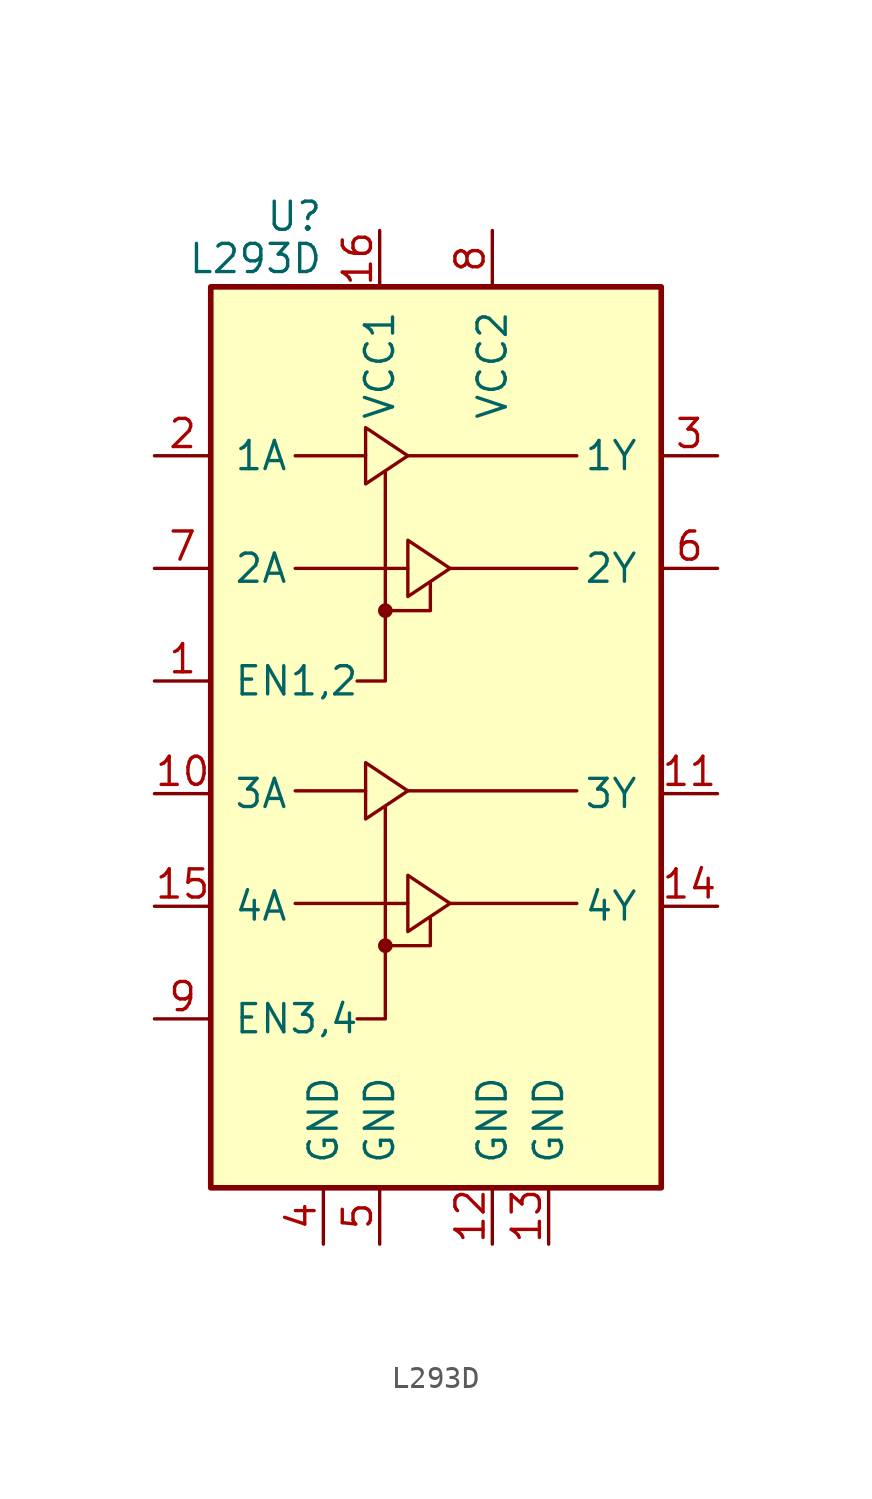
<source format=kicad_sym>
(kicad_symbol_lib
  (version 20231120)
  (generator "kicad_symbol_editor")
  (generator_version "8.0")
  (symbol "L293D"
    (pin_names
      (offset 1.016))
    (property "Reference" "U"
      (at -5.08 26.035 0)
      (effects (font (size 1.27 1.27)) (justify right)))
    (property "Value" "L293D"
      (at -5.08 24.13 0)
      (effects (font (size 1.27 1.27)) (justify right)))
    (symbol "L293D_0_1"
      (rectangle (start -10.16 22.86) (end 10.16 -17.78) (stroke (width 0.254) (type default)) (fill (type background)))
      (circle (center -2.286 -6.858) (radius 0.254) (stroke (width 0) (type default)) (fill (type outline)))
      (circle (center -2.286 8.255) (radius 0.254) (stroke (width 0) (type default)) (fill (type outline)))
      (polyline (pts (xy -6.35 -4.953) (xy -1.27 -4.953)) (stroke (width 0) (type default)) (fill (type none)))
      (polyline (pts (xy -6.35 0.127) (xy -3.175 0.127)) (stroke (width 0) (type default)) (fill (type none)))
      (polyline (pts (xy -6.35 10.16) (xy -1.27 10.16)) (stroke (width 0) (type default)) (fill (type none)))
      (polyline (pts (xy -6.35 15.24) (xy -3.175 15.24)) (stroke (width 0) (type default)) (fill (type none)))
      (polyline (pts (xy -1.27 0.127) (xy 6.35 0.127)) (stroke (width 0) (type default)) (fill (type none)))
      (polyline (pts (xy -1.27 15.24) (xy 6.35 15.24)) (stroke (width 0) (type default)) (fill (type none)))
      (polyline (pts (xy 0.635 -4.953) (xy 6.35 -4.953)) (stroke (width 0) (type default)) (fill (type none)))
      (polyline (pts (xy 0.635 10.16) (xy 6.35 10.16)) (stroke (width 0) (type default)) (fill (type none)))
      (polyline (pts (xy -2.286 -6.858) (xy -0.254 -6.858) (xy -0.254 -5.588)) (stroke (width 0) (type default)) (fill (type none)))
      (polyline (pts (xy -2.286 -0.635) (xy -2.286 -10.16) (xy -3.556 -10.16)) (stroke (width 0) (type default)) (fill (type none)))
      (polyline (pts (xy -2.286 8.255) (xy -0.254 8.255) (xy -0.254 9.525)) (stroke (width 0) (type default)) (fill (type none)))
      (polyline (pts (xy -2.286 14.478) (xy -2.286 5.08) (xy -3.556 5.08)) (stroke (width 0) (type default)) (fill (type none)))
      (polyline (pts (xy -3.175 1.397) (xy -3.175 -1.143) (xy -1.27 0.127) (xy -3.175 1.397)) (stroke (width 0) (type default)) (fill (type none)))
      (polyline (pts (xy -3.175 16.51) (xy -3.175 13.97) (xy -1.27 15.24) (xy -3.175 16.51)) (stroke (width 0) (type default)) (fill (type none)))
      (polyline (pts (xy -1.27 -3.683) (xy -1.27 -6.223) (xy 0.635 -4.953) (xy -1.27 -3.683)) (stroke (width 0) (type default)) (fill (type none)))
      (polyline (pts (xy -1.27 11.43) (xy -1.27 8.89) (xy 0.635 10.16) (xy -1.27 11.43)) (stroke (width 0) (type default)) (fill (type none))))
    (symbol "L293D_1_1"
      (pin input line (at -12.7 5.08 0) (length 2.54) (name "EN1,2" (effects (font (size 1.27 1.27)))) (number "1" (effects (font (size 1.27 1.27)))))
      (pin input line (at -12.7 0 0) (length 2.54) (name "3A" (effects (font (size 1.27 1.27)))) (number "10" (effects (font (size 1.27 1.27)))))
      (pin output line (at 12.7 0 180) (length 2.54) (name "3Y" (effects (font (size 1.27 1.27)))) (number "11" (effects (font (size 1.27 1.27)))))
      (pin power_in line (at 2.54 -20.32 90) (length 2.54) (name "GND" (effects (font (size 1.27 1.27)))) (number "12" (effects (font (size 1.27 1.27)))))
      (pin power_in line (at 5.08 -20.32 90) (length 2.54) (name "GND" (effects (font (size 1.27 1.27)))) (number "13" (effects (font (size 1.27 1.27)))))
      (pin output line (at 12.7 -5.08 180) (length 2.54) (name "4Y" (effects (font (size 1.27 1.27)))) (number "14" (effects (font (size 1.27 1.27)))))
      (pin input line (at -12.7 -5.08 0) (length 2.54) (name "4A" (effects (font (size 1.27 1.27)))) (number "15" (effects (font (size 1.27 1.27)))))
      (pin power_in line (at -2.54 25.4 270) (length 2.54) (name "VCC1" (effects (font (size 1.27 1.27)))) (number "16" (effects (font (size 1.27 1.27)))))
      (pin input line (at -12.7 15.24 0) (length 2.54) (name "1A" (effects (font (size 1.27 1.27)))) (number "2" (effects (font (size 1.27 1.27)))))
      (pin output line (at 12.7 15.24 180) (length 2.54) (name "1Y" (effects (font (size 1.27 1.27)))) (number "3" (effects (font (size 1.27 1.27)))))
      (pin power_in line (at -5.08 -20.32 90) (length 2.54) (name "GND" (effects (font (size 1.27 1.27)))) (number "4" (effects (font (size 1.27 1.27)))))
      (pin power_in line (at -2.54 -20.32 90) (length 2.54) (name "GND" (effects (font (size 1.27 1.27)))) (number "5" (effects (font (size 1.27 1.27)))))
      (pin output line (at 12.7 10.16 180) (length 2.54) (name "2Y" (effects (font (size 1.27 1.27)))) (number "6" (effects (font (size 1.27 1.27)))))
      (pin input line (at -12.7 10.16 0) (length 2.54) (name "2A" (effects (font (size 1.27 1.27)))) (number "7" (effects (font (size 1.27 1.27)))))
      (pin power_in line (at 2.54 25.4 270) (length 2.54) (name "VCC2" (effects (font (size 1.27 1.27)))) (number "8" (effects (font (size 1.27 1.27)))))
      (pin input line (at -12.7 -10.16 0) (length 2.54) (name "EN3,4" (effects (font (size 1.27 1.27)))) (number "9" (effects (font (size 1.27 1.27))))))))
</source>
